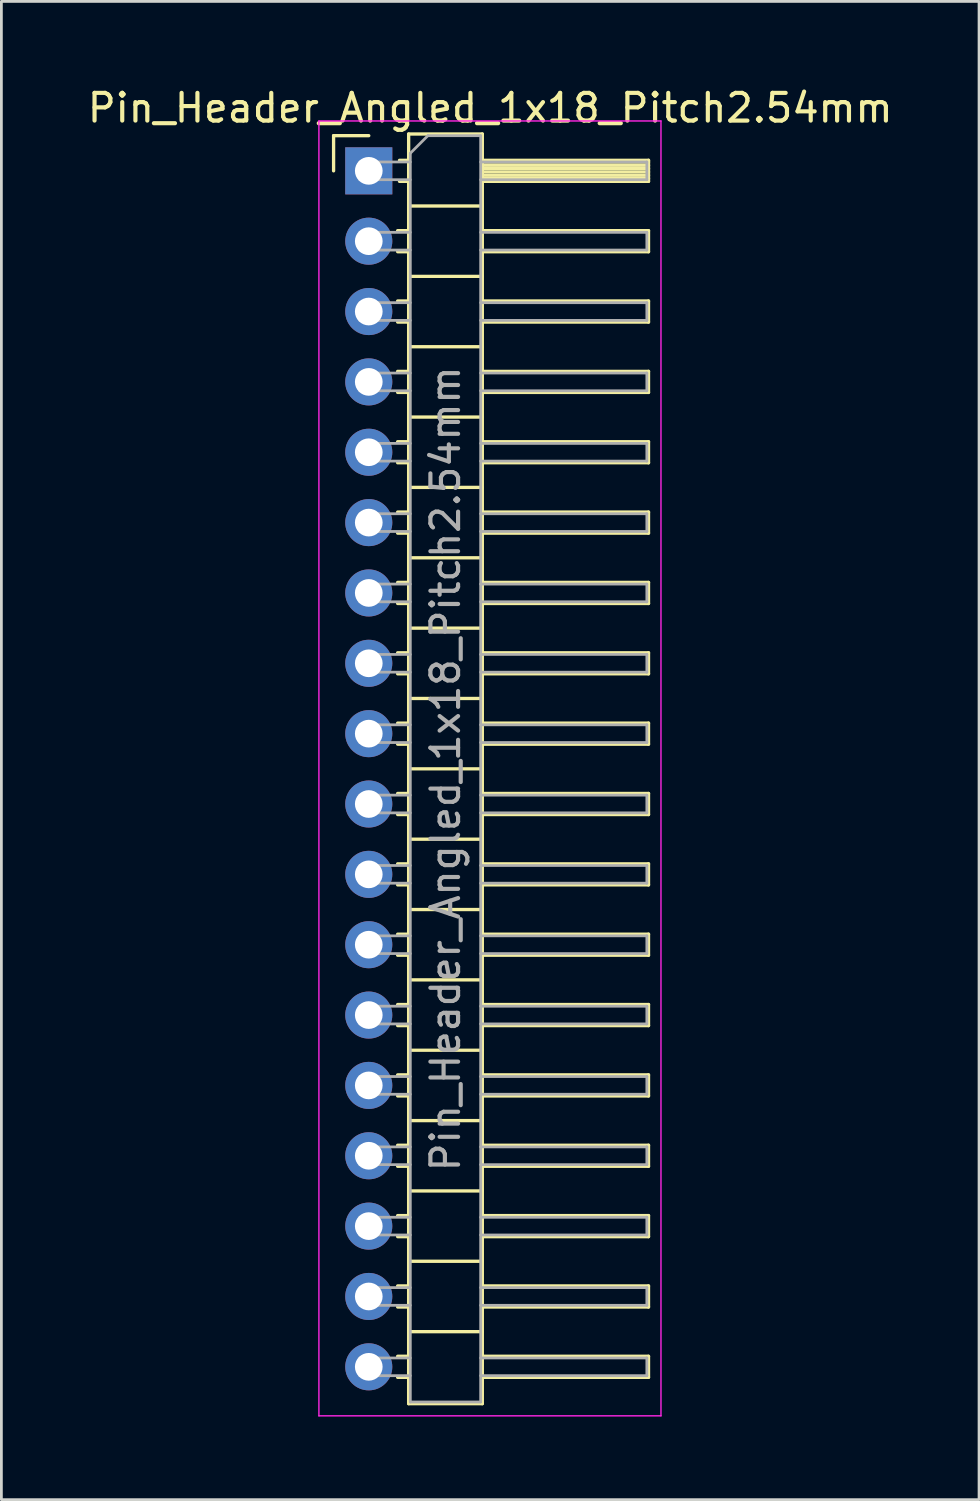
<source format=kicad_pcb>
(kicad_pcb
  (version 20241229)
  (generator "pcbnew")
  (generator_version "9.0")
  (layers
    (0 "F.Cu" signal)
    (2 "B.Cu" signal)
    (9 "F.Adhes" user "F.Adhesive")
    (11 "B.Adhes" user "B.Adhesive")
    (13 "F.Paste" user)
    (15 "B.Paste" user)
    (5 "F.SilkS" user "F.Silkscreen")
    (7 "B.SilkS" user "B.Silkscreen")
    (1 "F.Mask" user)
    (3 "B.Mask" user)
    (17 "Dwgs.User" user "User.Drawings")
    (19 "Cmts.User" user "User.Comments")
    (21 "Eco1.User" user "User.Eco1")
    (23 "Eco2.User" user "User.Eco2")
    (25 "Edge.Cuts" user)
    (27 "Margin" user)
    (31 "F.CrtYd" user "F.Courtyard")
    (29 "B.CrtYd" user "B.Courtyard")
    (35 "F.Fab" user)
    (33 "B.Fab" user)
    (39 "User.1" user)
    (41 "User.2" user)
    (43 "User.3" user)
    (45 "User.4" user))
  (footprint "Pin_Header_Angled_1x18_Pitch2.54mm"
    (layer "F.Cu")
    (at 10.264 3.118)
    (property "Reference" "Pin_Header_Angled_1x18_Pitch2.54mm" (at 4.385 -2.27 0) (layer "F.SilkS") (effects (font (size 1 1) (thickness 0.15))))
    (attr through_hole)
    (fp_line (start -1.27 -1.27) (end 0 -1.27) (stroke (width 0.12) (type solid)) (layer "F.SilkS"))
    (fp_line (start -1.27 0) (end -1.27 -1.27) (stroke (width 0.12) (type solid)) (layer "F.SilkS"))
    (fp_line (start 1.043 2.16) (end 1.44 2.16) (stroke (width 0.12) (type solid)) (layer "F.SilkS"))
    (fp_line (start 1.043 2.92) (end 1.44 2.92) (stroke (width 0.12) (type solid)) (layer "F.SilkS"))
    (fp_line (start 1.043 4.7) (end 1.44 4.7) (stroke (width 0.12) (type solid)) (layer "F.SilkS"))
    (fp_line (start 1.043 5.46) (end 1.44 5.46) (stroke (width 0.12) (type solid)) (layer "F.SilkS"))
    (fp_line (start 1.043 7.24) (end 1.44 7.24) (stroke (width 0.12) (type solid)) (layer "F.SilkS"))
    (fp_line (start 1.043 8) (end 1.44 8) (stroke (width 0.12) (type solid)) (layer "F.SilkS"))
    (fp_line (start 1.043 9.78) (end 1.44 9.78) (stroke (width 0.12) (type solid)) (layer "F.SilkS"))
    (fp_line (start 1.043 10.54) (end 1.44 10.54) (stroke (width 0.12) (type solid)) (layer "F.SilkS"))
    (fp_line (start 1.043 12.32) (end 1.44 12.32) (stroke (width 0.12) (type solid)) (layer "F.SilkS"))
    (fp_line (start 1.043 13.08) (end 1.44 13.08) (stroke (width 0.12) (type solid)) (layer "F.SilkS"))
    (fp_line (start 1.043 14.86) (end 1.44 14.86) (stroke (width 0.12) (type solid)) (layer "F.SilkS"))
    (fp_line (start 1.043 15.62) (end 1.44 15.62) (stroke (width 0.12) (type solid)) (layer "F.SilkS"))
    (fp_line (start 1.043 17.4) (end 1.44 17.4) (stroke (width 0.12) (type solid)) (layer "F.SilkS"))
    (fp_line (start 1.043 18.16) (end 1.44 18.16) (stroke (width 0.12) (type solid)) (layer "F.SilkS"))
    (fp_line (start 1.043 19.94) (end 1.44 19.94) (stroke (width 0.12) (type solid)) (layer "F.SilkS"))
    (fp_line (start 1.043 20.7) (end 1.44 20.7) (stroke (width 0.12) (type solid)) (layer "F.SilkS"))
    (fp_line (start 1.043 22.48) (end 1.44 22.48) (stroke (width 0.12) (type solid)) (layer "F.SilkS"))
    (fp_line (start 1.043 23.24) (end 1.44 23.24) (stroke (width 0.12) (type solid)) (layer "F.SilkS"))
    (fp_line (start 1.043 25.02) (end 1.44 25.02) (stroke (width 0.12) (type solid)) (layer "F.SilkS"))
    (fp_line (start 1.043 25.78) (end 1.44 25.78) (stroke (width 0.12) (type solid)) (layer "F.SilkS"))
    (fp_line (start 1.043 27.56) (end 1.44 27.56) (stroke (width 0.12) (type solid)) (layer "F.SilkS"))
    (fp_line (start 1.043 28.32) (end 1.44 28.32) (stroke (width 0.12) (type solid)) (layer "F.SilkS"))
    (fp_line (start 1.043 30.1) (end 1.44 30.1) (stroke (width 0.12) (type solid)) (layer "F.SilkS"))
    (fp_line (start 1.043 30.86) (end 1.44 30.86) (stroke (width 0.12) (type solid)) (layer "F.SilkS"))
    (fp_line (start 1.043 32.64) (end 1.44 32.64) (stroke (width 0.12) (type solid)) (layer "F.SilkS"))
    (fp_line (start 1.043 33.4) (end 1.44 33.4) (stroke (width 0.12) (type solid)) (layer "F.SilkS"))
    (fp_line (start 1.043 35.18) (end 1.44 35.18) (stroke (width 0.12) (type solid)) (layer "F.SilkS"))
    (fp_line (start 1.043 35.94) (end 1.44 35.94) (stroke (width 0.12) (type solid)) (layer "F.SilkS"))
    (fp_line (start 1.043 37.72) (end 1.44 37.72) (stroke (width 0.12) (type solid)) (layer "F.SilkS"))
    (fp_line (start 1.043 38.48) (end 1.44 38.48) (stroke (width 0.12) (type solid)) (layer "F.SilkS"))
    (fp_line (start 1.043 40.26) (end 1.44 40.26) (stroke (width 0.12) (type solid)) (layer "F.SilkS"))
    (fp_line (start 1.043 41.02) (end 1.44 41.02) (stroke (width 0.12) (type solid)) (layer "F.SilkS"))
    (fp_line (start 1.043 42.8) (end 1.44 42.8) (stroke (width 0.12) (type solid)) (layer "F.SilkS"))
    (fp_line (start 1.043 43.56) (end 1.44 43.56) (stroke (width 0.12) (type solid)) (layer "F.SilkS"))
    (fp_line (start 1.11 -0.38) (end 1.44 -0.38) (stroke (width 0.12) (type solid)) (layer "F.SilkS"))
    (fp_line (start 1.11 0.38) (end 1.44 0.38) (stroke (width 0.12) (type solid)) (layer "F.SilkS"))
    (fp_line (start 1.44 -1.33) (end 1.44 44.51) (stroke (width 0.12) (type solid)) (layer "F.SilkS"))
    (fp_line (start 1.44 1.27) (end 4.1 1.27) (stroke (width 0.12) (type solid)) (layer "F.SilkS"))
    (fp_line (start 1.44 3.81) (end 4.1 3.81) (stroke (width 0.12) (type solid)) (layer "F.SilkS"))
    (fp_line (start 1.44 6.35) (end 4.1 6.35) (stroke (width 0.12) (type solid)) (layer "F.SilkS"))
    (fp_line (start 1.44 8.89) (end 4.1 8.89) (stroke (width 0.12) (type solid)) (layer "F.SilkS"))
    (fp_line (start 1.44 11.43) (end 4.1 11.43) (stroke (width 0.12) (type solid)) (layer "F.SilkS"))
    (fp_line (start 1.44 13.97) (end 4.1 13.97) (stroke (width 0.12) (type solid)) (layer "F.SilkS"))
    (fp_line (start 1.44 16.51) (end 4.1 16.51) (stroke (width 0.12) (type solid)) (layer "F.SilkS"))
    (fp_line (start 1.44 19.05) (end 4.1 19.05) (stroke (width 0.12) (type solid)) (layer "F.SilkS"))
    (fp_line (start 1.44 21.59) (end 4.1 21.59) (stroke (width 0.12) (type solid)) (layer "F.SilkS"))
    (fp_line (start 1.44 24.13) (end 4.1 24.13) (stroke (width 0.12) (type solid)) (layer "F.SilkS"))
    (fp_line (start 1.44 26.67) (end 4.1 26.67) (stroke (width 0.12) (type solid)) (layer "F.SilkS"))
    (fp_line (start 1.44 29.21) (end 4.1 29.21) (stroke (width 0.12) (type solid)) (layer "F.SilkS"))
    (fp_line (start 1.44 31.75) (end 4.1 31.75) (stroke (width 0.12) (type solid)) (layer "F.SilkS"))
    (fp_line (start 1.44 34.29) (end 4.1 34.29) (stroke (width 0.12) (type solid)) (layer "F.SilkS"))
    (fp_line (start 1.44 36.83) (end 4.1 36.83) (stroke (width 0.12) (type solid)) (layer "F.SilkS"))
    (fp_line (start 1.44 39.37) (end 4.1 39.37) (stroke (width 0.12) (type solid)) (layer "F.SilkS"))
    (fp_line (start 1.44 41.91) (end 4.1 41.91) (stroke (width 0.12) (type solid)) (layer "F.SilkS"))
    (fp_line (start 1.44 44.51) (end 4.1 44.51) (stroke (width 0.12) (type solid)) (layer "F.SilkS"))
    (fp_line (start 4.1 -1.33) (end 1.44 -1.33) (stroke (width 0.12) (type solid)) (layer "F.SilkS"))
    (fp_line (start 4.1 -0.38) (end 10.1 -0.38) (stroke (width 0.12) (type solid)) (layer "F.SilkS"))
    (fp_line (start 4.1 -0.32) (end 10.1 -0.32) (stroke (width 0.12) (type solid)) (layer "F.SilkS"))
    (fp_line (start 4.1 -0.2) (end 10.1 -0.2) (stroke (width 0.12) (type solid)) (layer "F.SilkS"))
    (fp_line (start 4.1 -0.08) (end 10.1 -0.08) (stroke (width 0.12) (type solid)) (layer "F.SilkS"))
    (fp_line (start 4.1 0.04) (end 10.1 0.04) (stroke (width 0.12) (type solid)) (layer "F.SilkS"))
    (fp_line (start 4.1 0.16) (end 10.1 0.16) (stroke (width 0.12) (type solid)) (layer "F.SilkS"))
    (fp_line (start 4.1 0.28) (end 10.1 0.28) (stroke (width 0.12) (type solid)) (layer "F.SilkS"))
    (fp_line (start 4.1 2.16) (end 10.1 2.16) (stroke (width 0.12) (type solid)) (layer "F.SilkS"))
    (fp_line (start 4.1 4.7) (end 10.1 4.7) (stroke (width 0.12) (type solid)) (layer "F.SilkS"))
    (fp_line (start 4.1 7.24) (end 10.1 7.24) (stroke (width 0.12) (type solid)) (layer "F.SilkS"))
    (fp_line (start 4.1 9.78) (end 10.1 9.78) (stroke (width 0.12) (type solid)) (layer "F.SilkS"))
    (fp_line (start 4.1 12.32) (end 10.1 12.32) (stroke (width 0.12) (type solid)) (layer "F.SilkS"))
    (fp_line (start 4.1 14.86) (end 10.1 14.86) (stroke (width 0.12) (type solid)) (layer "F.SilkS"))
    (fp_line (start 4.1 17.4) (end 10.1 17.4) (stroke (width 0.12) (type solid)) (layer "F.SilkS"))
    (fp_line (start 4.1 19.94) (end 10.1 19.94) (stroke (width 0.12) (type solid)) (layer "F.SilkS"))
    (fp_line (start 4.1 22.48) (end 10.1 22.48) (stroke (width 0.12) (type solid)) (layer "F.SilkS"))
    (fp_line (start 4.1 25.02) (end 10.1 25.02) (stroke (width 0.12) (type solid)) (layer "F.SilkS"))
    (fp_line (start 4.1 27.56) (end 10.1 27.56) (stroke (width 0.12) (type solid)) (layer "F.SilkS"))
    (fp_line (start 4.1 30.1) (end 10.1 30.1) (stroke (width 0.12) (type solid)) (layer "F.SilkS"))
    (fp_line (start 4.1 32.64) (end 10.1 32.64) (stroke (width 0.12) (type solid)) (layer "F.SilkS"))
    (fp_line (start 4.1 35.18) (end 10.1 35.18) (stroke (width 0.12) (type solid)) (layer "F.SilkS"))
    (fp_line (start 4.1 37.72) (end 10.1 37.72) (stroke (width 0.12) (type solid)) (layer "F.SilkS"))
    (fp_line (start 4.1 40.26) (end 10.1 40.26) (stroke (width 0.12) (type solid)) (layer "F.SilkS"))
    (fp_line (start 4.1 42.8) (end 10.1 42.8) (stroke (width 0.12) (type solid)) (layer "F.SilkS"))
    (fp_line (start 4.1 44.51) (end 4.1 -1.33) (stroke (width 0.12) (type solid)) (layer "F.SilkS"))
    (fp_line (start 10.1 -0.38) (end 10.1 0.38) (stroke (width 0.12) (type solid)) (layer "F.SilkS"))
    (fp_line (start 10.1 0.38) (end 4.1 0.38) (stroke (width 0.12) (type solid)) (layer "F.SilkS"))
    (fp_line (start 10.1 2.16) (end 10.1 2.92) (stroke (width 0.12) (type solid)) (layer "F.SilkS"))
    (fp_line (start 10.1 2.92) (end 4.1 2.92) (stroke (width 0.12) (type solid)) (layer "F.SilkS"))
    (fp_line (start 10.1 4.7) (end 10.1 5.46) (stroke (width 0.12) (type solid)) (layer "F.SilkS"))
    (fp_line (start 10.1 5.46) (end 4.1 5.46) (stroke (width 0.12) (type solid)) (layer "F.SilkS"))
    (fp_line (start 10.1 7.24) (end 10.1 8) (stroke (width 0.12) (type solid)) (layer "F.SilkS"))
    (fp_line (start 10.1 8) (end 4.1 8) (stroke (width 0.12) (type solid)) (layer "F.SilkS"))
    (fp_line (start 10.1 9.78) (end 10.1 10.54) (stroke (width 0.12) (type solid)) (layer "F.SilkS"))
    (fp_line (start 10.1 10.54) (end 4.1 10.54) (stroke (width 0.12) (type solid)) (layer "F.SilkS"))
    (fp_line (start 10.1 12.32) (end 10.1 13.08) (stroke (width 0.12) (type solid)) (layer "F.SilkS"))
    (fp_line (start 10.1 13.08) (end 4.1 13.08) (stroke (width 0.12) (type solid)) (layer "F.SilkS"))
    (fp_line (start 10.1 14.86) (end 10.1 15.62) (stroke (width 0.12) (type solid)) (layer "F.SilkS"))
    (fp_line (start 10.1 15.62) (end 4.1 15.62) (stroke (width 0.12) (type solid)) (layer "F.SilkS"))
    (fp_line (start 10.1 17.4) (end 10.1 18.16) (stroke (width 0.12) (type solid)) (layer "F.SilkS"))
    (fp_line (start 10.1 18.16) (end 4.1 18.16) (stroke (width 0.12) (type solid)) (layer "F.SilkS"))
    (fp_line (start 10.1 19.94) (end 10.1 20.7) (stroke (width 0.12) (type solid)) (layer "F.SilkS"))
    (fp_line (start 10.1 20.7) (end 4.1 20.7) (stroke (width 0.12) (type solid)) (layer "F.SilkS"))
    (fp_line (start 10.1 22.48) (end 10.1 23.24) (stroke (width 0.12) (type solid)) (layer "F.SilkS"))
    (fp_line (start 10.1 23.24) (end 4.1 23.24) (stroke (width 0.12) (type solid)) (layer "F.SilkS"))
    (fp_line (start 10.1 25.02) (end 10.1 25.78) (stroke (width 0.12) (type solid)) (layer "F.SilkS"))
    (fp_line (start 10.1 25.78) (end 4.1 25.78) (stroke (width 0.12) (type solid)) (layer "F.SilkS"))
    (fp_line (start 10.1 27.56) (end 10.1 28.32) (stroke (width 0.12) (type solid)) (layer "F.SilkS"))
    (fp_line (start 10.1 28.32) (end 4.1 28.32) (stroke (width 0.12) (type solid)) (layer "F.SilkS"))
    (fp_line (start 10.1 30.1) (end 10.1 30.86) (stroke (width 0.12) (type solid)) (layer "F.SilkS"))
    (fp_line (start 10.1 30.86) (end 4.1 30.86) (stroke (width 0.12) (type solid)) (layer "F.SilkS"))
    (fp_line (start 10.1 32.64) (end 10.1 33.4) (stroke (width 0.12) (type solid)) (layer "F.SilkS"))
    (fp_line (start 10.1 33.4) (end 4.1 33.4) (stroke (width 0.12) (type solid)) (layer "F.SilkS"))
    (fp_line (start 10.1 35.18) (end 10.1 35.94) (stroke (width 0.12) (type solid)) (layer "F.SilkS"))
    (fp_line (start 10.1 35.94) (end 4.1 35.94) (stroke (width 0.12) (type solid)) (layer "F.SilkS"))
    (fp_line (start 10.1 37.72) (end 10.1 38.48) (stroke (width 0.12) (type solid)) (layer "F.SilkS"))
    (fp_line (start 10.1 38.48) (end 4.1 38.48) (stroke (width 0.12) (type solid)) (layer "F.SilkS"))
    (fp_line (start 10.1 40.26) (end 10.1 41.02) (stroke (width 0.12) (type solid)) (layer "F.SilkS"))
    (fp_line (start 10.1 41.02) (end 4.1 41.02) (stroke (width 0.12) (type solid)) (layer "F.SilkS"))
    (fp_line (start 10.1 42.8) (end 10.1 43.56) (stroke (width 0.12) (type solid)) (layer "F.SilkS"))
    (fp_line (start 10.1 43.56) (end 4.1 43.56) (stroke (width 0.12) (type solid)) (layer "F.SilkS"))
    (fp_line (start -1.8 -1.8) (end -1.8 44.95) (stroke (width 0.05) (type solid)) (layer "F.CrtYd"))
    (fp_line (start -1.8 44.95) (end 10.55 44.95) (stroke (width 0.05) (type solid)) (layer "F.CrtYd"))
    (fp_line (start 10.55 -1.8) (end -1.8 -1.8) (stroke (width 0.05) (type solid)) (layer "F.CrtYd"))
    (fp_line (start 10.55 44.95) (end 10.55 -1.8) (stroke (width 0.05) (type solid)) (layer "F.CrtYd"))
    (fp_line (start -0.32 -0.32) (end -0.32 0.32) (stroke (width 0.1) (type solid)) (layer "F.Fab"))
    (fp_line (start -0.32 -0.32) (end 1.5 -0.32) (stroke (width 0.1) (type solid)) (layer "F.Fab"))
    (fp_line (start -0.32 0.32) (end 1.5 0.32) (stroke (width 0.1) (type solid)) (layer "F.Fab"))
    (fp_line (start -0.32 2.22) (end -0.32 2.86) (stroke (width 0.1) (type solid)) (layer "F.Fab"))
    (fp_line (start -0.32 2.22) (end 1.5 2.22) (stroke (width 0.1) (type solid)) (layer "F.Fab"))
    (fp_line (start -0.32 2.86) (end 1.5 2.86) (stroke (width 0.1) (type solid)) (layer "F.Fab"))
    (fp_line (start -0.32 4.76) (end -0.32 5.4) (stroke (width 0.1) (type solid)) (layer "F.Fab"))
    (fp_line (start -0.32 4.76) (end 1.5 4.76) (stroke (width 0.1) (type solid)) (layer "F.Fab"))
    (fp_line (start -0.32 5.4) (end 1.5 5.4) (stroke (width 0.1) (type solid)) (layer "F.Fab"))
    (fp_line (start -0.32 7.3) (end -0.32 7.94) (stroke (width 0.1) (type solid)) (layer "F.Fab"))
    (fp_line (start -0.32 7.3) (end 1.5 7.3) (stroke (width 0.1) (type solid)) (layer "F.Fab"))
    (fp_line (start -0.32 7.94) (end 1.5 7.94) (stroke (width 0.1) (type solid)) (layer "F.Fab"))
    (fp_line (start -0.32 9.84) (end -0.32 10.48) (stroke (width 0.1) (type solid)) (layer "F.Fab"))
    (fp_line (start -0.32 9.84) (end 1.5 9.84) (stroke (width 0.1) (type solid)) (layer "F.Fab"))
    (fp_line (start -0.32 10.48) (end 1.5 10.48) (stroke (width 0.1) (type solid)) (layer "F.Fab"))
    (fp_line (start -0.32 12.38) (end -0.32 13.02) (stroke (width 0.1) (type solid)) (layer "F.Fab"))
    (fp_line (start -0.32 12.38) (end 1.5 12.38) (stroke (width 0.1) (type solid)) (layer "F.Fab"))
    (fp_line (start -0.32 13.02) (end 1.5 13.02) (stroke (width 0.1) (type solid)) (layer "F.Fab"))
    (fp_line (start -0.32 14.92) (end -0.32 15.56) (stroke (width 0.1) (type solid)) (layer "F.Fab"))
    (fp_line (start -0.32 14.92) (end 1.5 14.92) (stroke (width 0.1) (type solid)) (layer "F.Fab"))
    (fp_line (start -0.32 15.56) (end 1.5 15.56) (stroke (width 0.1) (type solid)) (layer "F.Fab"))
    (fp_line (start -0.32 17.46) (end -0.32 18.1) (stroke (width 0.1) (type solid)) (layer "F.Fab"))
    (fp_line (start -0.32 17.46) (end 1.5 17.46) (stroke (width 0.1) (type solid)) (layer "F.Fab"))
    (fp_line (start -0.32 18.1) (end 1.5 18.1) (stroke (width 0.1) (type solid)) (layer "F.Fab"))
    (fp_line (start -0.32 20) (end -0.32 20.64) (stroke (width 0.1) (type solid)) (layer "F.Fab"))
    (fp_line (start -0.32 20) (end 1.5 20) (stroke (width 0.1) (type solid)) (layer "F.Fab"))
    (fp_line (start -0.32 20.64) (end 1.5 20.64) (stroke (width 0.1) (type solid)) (layer "F.Fab"))
    (fp_line (start -0.32 22.54) (end -0.32 23.18) (stroke (width 0.1) (type solid)) (layer "F.Fab"))
    (fp_line (start -0.32 22.54) (end 1.5 22.54) (stroke (width 0.1) (type solid)) (layer "F.Fab"))
    (fp_line (start -0.32 23.18) (end 1.5 23.18) (stroke (width 0.1) (type solid)) (layer "F.Fab"))
    (fp_line (start -0.32 25.08) (end -0.32 25.72) (stroke (width 0.1) (type solid)) (layer "F.Fab"))
    (fp_line (start -0.32 25.08) (end 1.5 25.08) (stroke (width 0.1) (type solid)) (layer "F.Fab"))
    (fp_line (start -0.32 25.72) (end 1.5 25.72) (stroke (width 0.1) (type solid)) (layer "F.Fab"))
    (fp_line (start -0.32 27.62) (end -0.32 28.26) (stroke (width 0.1) (type solid)) (layer "F.Fab"))
    (fp_line (start -0.32 27.62) (end 1.5 27.62) (stroke (width 0.1) (type solid)) (layer "F.Fab"))
    (fp_line (start -0.32 28.26) (end 1.5 28.26) (stroke (width 0.1) (type solid)) (layer "F.Fab"))
    (fp_line (start -0.32 30.16) (end -0.32 30.8) (stroke (width 0.1) (type solid)) (layer "F.Fab"))
    (fp_line (start -0.32 30.16) (end 1.5 30.16) (stroke (width 0.1) (type solid)) (layer "F.Fab"))
    (fp_line (start -0.32 30.8) (end 1.5 30.8) (stroke (width 0.1) (type solid)) (layer "F.Fab"))
    (fp_line (start -0.32 32.7) (end -0.32 33.34) (stroke (width 0.1) (type solid)) (layer "F.Fab"))
    (fp_line (start -0.32 32.7) (end 1.5 32.7) (stroke (width 0.1) (type solid)) (layer "F.Fab"))
    (fp_line (start -0.32 33.34) (end 1.5 33.34) (stroke (width 0.1) (type solid)) (layer "F.Fab"))
    (fp_line (start -0.32 35.24) (end -0.32 35.88) (stroke (width 0.1) (type solid)) (layer "F.Fab"))
    (fp_line (start -0.32 35.24) (end 1.5 35.24) (stroke (width 0.1) (type solid)) (layer "F.Fab"))
    (fp_line (start -0.32 35.88) (end 1.5 35.88) (stroke (width 0.1) (type solid)) (layer "F.Fab"))
    (fp_line (start -0.32 37.78) (end -0.32 38.42) (stroke (width 0.1) (type solid)) (layer "F.Fab"))
    (fp_line (start -0.32 37.78) (end 1.5 37.78) (stroke (width 0.1) (type solid)) (layer "F.Fab"))
    (fp_line (start -0.32 38.42) (end 1.5 38.42) (stroke (width 0.1) (type solid)) (layer "F.Fab"))
    (fp_line (start -0.32 40.32) (end -0.32 40.96) (stroke (width 0.1) (type solid)) (layer "F.Fab"))
    (fp_line (start -0.32 40.32) (end 1.5 40.32) (stroke (width 0.1) (type solid)) (layer "F.Fab"))
    (fp_line (start -0.32 40.96) (end 1.5 40.96) (stroke (width 0.1) (type solid)) (layer "F.Fab"))
    (fp_line (start -0.32 42.86) (end -0.32 43.5) (stroke (width 0.1) (type solid)) (layer "F.Fab"))
    (fp_line (start -0.32 42.86) (end 1.5 42.86) (stroke (width 0.1) (type solid)) (layer "F.Fab"))
    (fp_line (start -0.32 43.5) (end 1.5 43.5) (stroke (width 0.1) (type solid)) (layer "F.Fab"))
    (fp_line (start 1.5 -0.635) (end 2.135 -1.27) (stroke (width 0.1) (type solid)) (layer "F.Fab"))
    (fp_line (start 1.5 44.45) (end 1.5 -0.635) (stroke (width 0.1) (type solid)) (layer "F.Fab"))
    (fp_line (start 2.135 -1.27) (end 4.04 -1.27) (stroke (width 0.1) (type solid)) (layer "F.Fab"))
    (fp_line (start 4.04 -1.27) (end 4.04 44.45) (stroke (width 0.1) (type solid)) (layer "F.Fab"))
    (fp_line (start 4.04 -0.32) (end 10.04 -0.32) (stroke (width 0.1) (type solid)) (layer "F.Fab"))
    (fp_line (start 4.04 0.32) (end 10.04 0.32) (stroke (width 0.1) (type solid)) (layer "F.Fab"))
    (fp_line (start 4.04 2.22) (end 10.04 2.22) (stroke (width 0.1) (type solid)) (layer "F.Fab"))
    (fp_line (start 4.04 2.86) (end 10.04 2.86) (stroke (width 0.1) (type solid)) (layer "F.Fab"))
    (fp_line (start 4.04 4.76) (end 10.04 4.76) (stroke (width 0.1) (type solid)) (layer "F.Fab"))
    (fp_line (start 4.04 5.4) (end 10.04 5.4) (stroke (width 0.1) (type solid)) (layer "F.Fab"))
    (fp_line (start 4.04 7.3) (end 10.04 7.3) (stroke (width 0.1) (type solid)) (layer "F.Fab"))
    (fp_line (start 4.04 7.94) (end 10.04 7.94) (stroke (width 0.1) (type solid)) (layer "F.Fab"))
    (fp_line (start 4.04 9.84) (end 10.04 9.84) (stroke (width 0.1) (type solid)) (layer "F.Fab"))
    (fp_line (start 4.04 10.48) (end 10.04 10.48) (stroke (width 0.1) (type solid)) (layer "F.Fab"))
    (fp_line (start 4.04 12.38) (end 10.04 12.38) (stroke (width 0.1) (type solid)) (layer "F.Fab"))
    (fp_line (start 4.04 13.02) (end 10.04 13.02) (stroke (width 0.1) (type solid)) (layer "F.Fab"))
    (fp_line (start 4.04 14.92) (end 10.04 14.92) (stroke (width 0.1) (type solid)) (layer "F.Fab"))
    (fp_line (start 4.04 15.56) (end 10.04 15.56) (stroke (width 0.1) (type solid)) (layer "F.Fab"))
    (fp_line (start 4.04 17.46) (end 10.04 17.46) (stroke (width 0.1) (type solid)) (layer "F.Fab"))
    (fp_line (start 4.04 18.1) (end 10.04 18.1) (stroke (width 0.1) (type solid)) (layer "F.Fab"))
    (fp_line (start 4.04 20) (end 10.04 20) (stroke (width 0.1) (type solid)) (layer "F.Fab"))
    (fp_line (start 4.04 20.64) (end 10.04 20.64) (stroke (width 0.1) (type solid)) (layer "F.Fab"))
    (fp_line (start 4.04 22.54) (end 10.04 22.54) (stroke (width 0.1) (type solid)) (layer "F.Fab"))
    (fp_line (start 4.04 23.18) (end 10.04 23.18) (stroke (width 0.1) (type solid)) (layer "F.Fab"))
    (fp_line (start 4.04 25.08) (end 10.04 25.08) (stroke (width 0.1) (type solid)) (layer "F.Fab"))
    (fp_line (start 4.04 25.72) (end 10.04 25.72) (stroke (width 0.1) (type solid)) (layer "F.Fab"))
    (fp_line (start 4.04 27.62) (end 10.04 27.62) (stroke (width 0.1) (type solid)) (layer "F.Fab"))
    (fp_line (start 4.04 28.26) (end 10.04 28.26) (stroke (width 0.1) (type solid)) (layer "F.Fab"))
    (fp_line (start 4.04 30.16) (end 10.04 30.16) (stroke (width 0.1) (type solid)) (layer "F.Fab"))
    (fp_line (start 4.04 30.8) (end 10.04 30.8) (stroke (width 0.1) (type solid)) (layer "F.Fab"))
    (fp_line (start 4.04 32.7) (end 10.04 32.7) (stroke (width 0.1) (type solid)) (layer "F.Fab"))
    (fp_line (start 4.04 33.34) (end 10.04 33.34) (stroke (width 0.1) (type solid)) (layer "F.Fab"))
    (fp_line (start 4.04 35.24) (end 10.04 35.24) (stroke (width 0.1) (type solid)) (layer "F.Fab"))
    (fp_line (start 4.04 35.88) (end 10.04 35.88) (stroke (width 0.1) (type solid)) (layer "F.Fab"))
    (fp_line (start 4.04 37.78) (end 10.04 37.78) (stroke (width 0.1) (type solid)) (layer "F.Fab"))
    (fp_line (start 4.04 38.42) (end 10.04 38.42) (stroke (width 0.1) (type solid)) (layer "F.Fab"))
    (fp_line (start 4.04 40.32) (end 10.04 40.32) (stroke (width 0.1) (type solid)) (layer "F.Fab"))
    (fp_line (start 4.04 40.96) (end 10.04 40.96) (stroke (width 0.1) (type solid)) (layer "F.Fab"))
    (fp_line (start 4.04 42.86) (end 10.04 42.86) (stroke (width 0.1) (type solid)) (layer "F.Fab"))
    (fp_line (start 4.04 43.5) (end 10.04 43.5) (stroke (width 0.1) (type solid)) (layer "F.Fab"))
    (fp_line (start 4.04 44.45) (end 1.5 44.45) (stroke (width 0.1) (type solid)) (layer "F.Fab"))
    (fp_line (start 10.04 -0.32) (end 10.04 0.32) (stroke (width 0.1) (type solid)) (layer "F.Fab"))
    (fp_line (start 10.04 2.22) (end 10.04 2.86) (stroke (width 0.1) (type solid)) (layer "F.Fab"))
    (fp_line (start 10.04 4.76) (end 10.04 5.4) (stroke (width 0.1) (type solid)) (layer "F.Fab"))
    (fp_line (start 10.04 7.3) (end 10.04 7.94) (stroke (width 0.1) (type solid)) (layer "F.Fab"))
    (fp_line (start 10.04 9.84) (end 10.04 10.48) (stroke (width 0.1) (type solid)) (layer "F.Fab"))
    (fp_line (start 10.04 12.38) (end 10.04 13.02) (stroke (width 0.1) (type solid)) (layer "F.Fab"))
    (fp_line (start 10.04 14.92) (end 10.04 15.56) (stroke (width 0.1) (type solid)) (layer "F.Fab"))
    (fp_line (start 10.04 17.46) (end 10.04 18.1) (stroke (width 0.1) (type solid)) (layer "F.Fab"))
    (fp_line (start 10.04 20) (end 10.04 20.64) (stroke (width 0.1) (type solid)) (layer "F.Fab"))
    (fp_line (start 10.04 22.54) (end 10.04 23.18) (stroke (width 0.1) (type solid)) (layer "F.Fab"))
    (fp_line (start 10.04 25.08) (end 10.04 25.72) (stroke (width 0.1) (type solid)) (layer "F.Fab"))
    (fp_line (start 10.04 27.62) (end 10.04 28.26) (stroke (width 0.1) (type solid)) (layer "F.Fab"))
    (fp_line (start 10.04 30.16) (end 10.04 30.8) (stroke (width 0.1) (type solid)) (layer "F.Fab"))
    (fp_line (start 10.04 32.7) (end 10.04 33.34) (stroke (width 0.1) (type solid)) (layer "F.Fab"))
    (fp_line (start 10.04 35.24) (end 10.04 35.88) (stroke (width 0.1) (type solid)) (layer "F.Fab"))
    (fp_line (start 10.04 37.78) (end 10.04 38.42) (stroke (width 0.1) (type solid)) (layer "F.Fab"))
    (fp_line (start 10.04 40.32) (end 10.04 40.96) (stroke (width 0.1) (type solid)) (layer "F.Fab"))
    (fp_line (start 10.04 42.86) (end 10.04 43.5) (stroke (width 0.1) (type solid)) (layer "F.Fab"))
    (fp_text user "${REFERENCE}" (at 2.77 21.59 90) (layer "F.Fab") (effects (font (size 1 1) (thickness 0.15))))
    (pad "1" thru_hole rect (at 0 0) (size 1.7 1.7) (drill 1) (layers "*.Cu" "*.Mask"))
    (pad "2" thru_hole oval (at 0 2.54) (size 1.7 1.7) (drill 1) (layers "*.Cu" "*.Mask"))
    (pad "3" thru_hole oval (at 0 5.08) (size 1.7 1.7) (drill 1) (layers "*.Cu" "*.Mask"))
    (pad "4" thru_hole oval (at 0 7.62) (size 1.7 1.7) (drill 1) (layers "*.Cu" "*.Mask"))
    (pad "5" thru_hole oval (at 0 10.16) (size 1.7 1.7) (drill 1) (layers "*.Cu" "*.Mask"))
    (pad "6" thru_hole oval (at 0 12.7) (size 1.7 1.7) (drill 1) (layers "*.Cu" "*.Mask"))
    (pad "7" thru_hole oval (at 0 15.24) (size 1.7 1.7) (drill 1) (layers "*.Cu" "*.Mask"))
    (pad "8" thru_hole oval (at 0 17.78) (size 1.7 1.7) (drill 1) (layers "*.Cu" "*.Mask"))
    (pad "9" thru_hole oval (at 0 20.32) (size 1.7 1.7) (drill 1) (layers "*.Cu" "*.Mask"))
    (pad "10" thru_hole oval (at 0 22.86) (size 1.7 1.7) (drill 1) (layers "*.Cu" "*.Mask"))
    (pad "11" thru_hole oval (at 0 25.4) (size 1.7 1.7) (drill 1) (layers "*.Cu" "*.Mask"))
    (pad "12" thru_hole oval (at 0 27.94) (size 1.7 1.7) (drill 1) (layers "*.Cu" "*.Mask"))
    (pad "13" thru_hole oval (at 0 30.48) (size 1.7 1.7) (drill 1) (layers "*.Cu" "*.Mask"))
    (pad "14" thru_hole oval (at 0 33.02) (size 1.7 1.7) (drill 1) (layers "*.Cu" "*.Mask"))
    (pad "15" thru_hole oval (at 0 35.56) (size 1.7 1.7) (drill 1) (layers "*.Cu" "*.Mask"))
    (pad "16" thru_hole oval (at 0 38.1) (size 1.7 1.7) (drill 1) (layers "*.Cu" "*.Mask"))
    (pad "17" thru_hole oval (at 0 40.64) (size 1.7 1.7) (drill 1) (layers "*.Cu" "*.Mask"))
    (pad "18" thru_hole oval (at 0 43.18) (size 1.7 1.7) (drill 1) (layers "*.Cu" "*.Mask")))
  (gr_rect
    (start -3 -3)
    (end 32.298 51.093)
    (stroke (width 0.1) (type default))
    (fill no)
    (layer "Edge.Cuts")))
</source>
